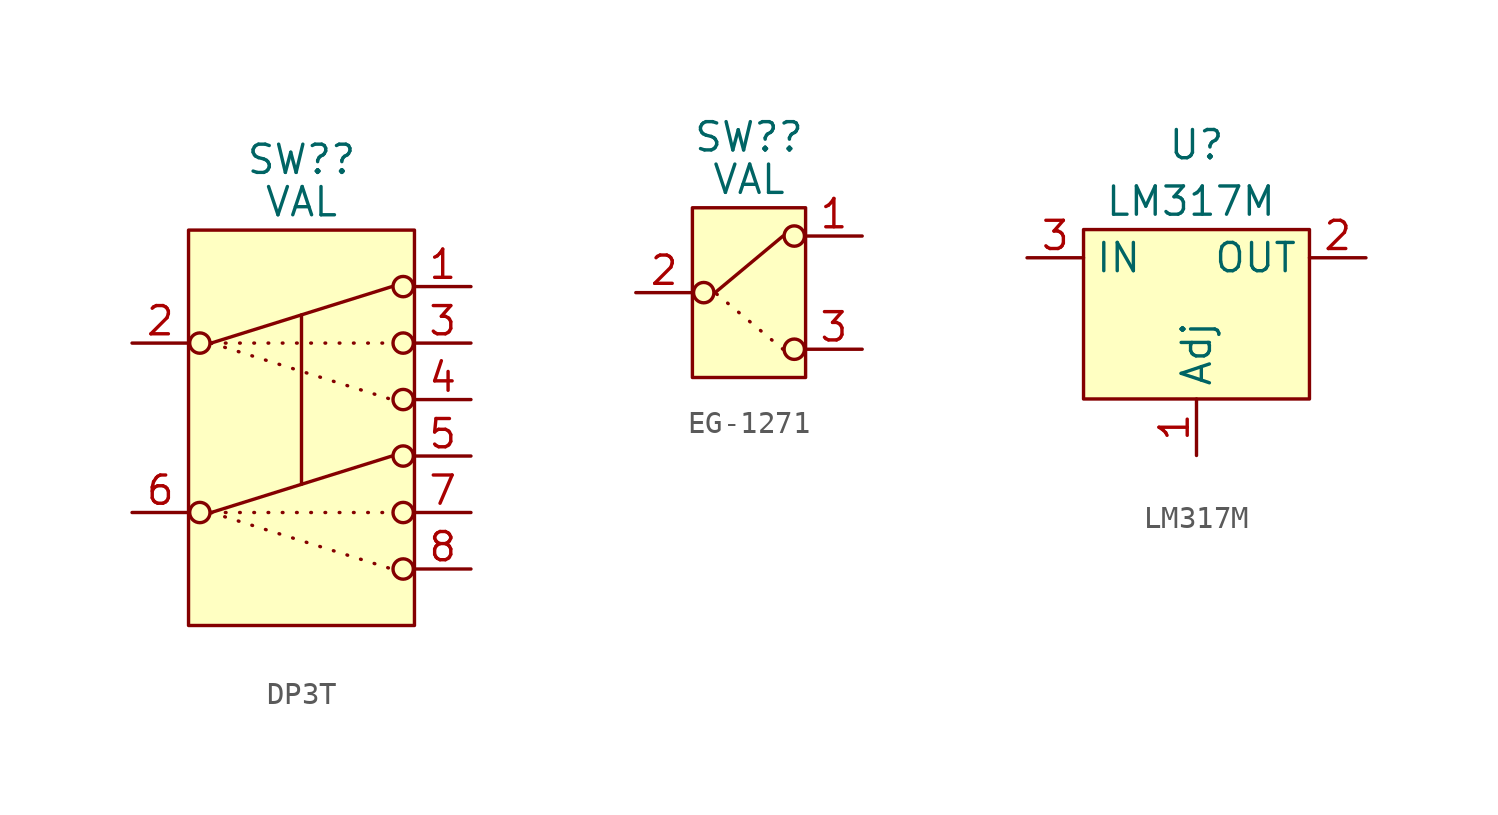
<source format=kicad_sym>
(kicad_symbol_lib
  (version 20231120)
  (generator "kicad_symbol_editor")
  (generator_version "8.0")
  (symbol "DP3T"
    (pin_names hide)
    (property "Reference" "SW?"
      (at 0 12.065 0)
      (do_not_autoplace)
      (effects (font (size 1.27 1.27))))
    (property "Value" "VAL"
      (at 0 10.16 0)
      (do_not_autoplace)
      (effects (font (size 1.27 1.27))))
    (symbol "DP3T_0_1"
      (circle (center -4.572 -3.81) (radius 0.457) (stroke (width 0) (type default)) (fill (type none)))
      (circle (center -4.572 3.81) (radius 0.457) (stroke (width 0) (type default)) (fill (type none)))
      (polyline (pts (xy -4.064 -3.81) (xy 4.064 -1.27)) (stroke (width 0) (type default)) (fill (type none)))
      (polyline (pts (xy -4.064 3.81) (xy 4.064 6.35)) (stroke (width 0) (type default)) (fill (type none)))
      (circle (center 4.572 -6.35) (radius 0.457) (stroke (width 0) (type default)) (fill (type none)))
      (circle (center 4.572 -3.81) (radius 0.457) (stroke (width 0) (type default)) (fill (type none)))
      (circle (center 4.572 -1.27) (radius 0.457) (stroke (width 0) (type default)) (fill (type none)))
      (circle (center 4.572 1.27) (radius 0.457) (stroke (width 0) (type default)) (fill (type none)))
      (circle (center 4.572 3.81) (radius 0.457) (stroke (width 0) (type default)) (fill (type none)))
      (circle (center 4.572 6.35) (radius 0.457) (stroke (width 0) (type default)) (fill (type none))))
    (symbol "DP3T_1_1"
      (rectangle (start -5.08 8.89) (end 5.08 -8.89) (stroke (width 0) (type default)) (fill (type background)))
      (polyline (pts (xy -4.064 -3.81) (xy 4.064 -6.35)) (stroke (width 0) (type dot)) (fill (type none)))
      (polyline (pts (xy -4.064 -3.81) (xy 4.064 -3.81)) (stroke (width 0) (type dot)) (fill (type none)))
      (polyline (pts (xy -4.064 3.81) (xy 4.064 1.27)) (stroke (width 0) (type dot)) (fill (type none)))
      (polyline (pts (xy -4.064 3.81) (xy 4.064 3.81)) (stroke (width 0) (type dot)) (fill (type none)))
      (polyline (pts (xy 0 -2.54) (xy 0 5.08)) (stroke (width 0) (type default)) (fill (type none)))
      (pin passive line (at 7.62 6.35 180) (length 2.54) (name "1" (effects (font (size 1.27 1.27)))) (number "1" (effects (font (size 1.27 1.27)))))
      (pin passive line (at -7.62 3.81 0) (length 2.54) (name "2" (effects (font (size 1.27 1.27)))) (number "2" (effects (font (size 1.27 1.27)))))
      (pin passive line (at 7.62 3.81 180) (length 2.54) (name "3" (effects (font (size 1.27 1.27)))) (number "3" (effects (font (size 1.27 1.27)))))
      (pin passive line (at 7.62 1.27 180) (length 2.54) (name "4" (effects (font (size 1.27 1.27)))) (number "4" (effects (font (size 1.27 1.27)))))
      (pin passive line (at 7.62 -1.27 180) (length 2.54) (name "5" (effects (font (size 1.27 1.27)))) (number "5" (effects (font (size 1.27 1.27)))))
      (pin passive line (at -7.62 -3.81 0) (length 2.54) (name "6" (effects (font (size 1.27 1.27)))) (number "6" (effects (font (size 1.27 1.27)))))
      (pin passive line (at 7.62 -3.81 180) (length 2.54) (name "7" (effects (font (size 1.27 1.27)))) (number "7" (effects (font (size 1.27 1.27)))))
      (pin passive line (at 7.62 -6.35 180) (length 2.54) (name "8" (effects (font (size 1.27 1.27)))) (number "8" (effects (font (size 1.27 1.27)))))))
  (symbol "EG-1271"
    (pin_names hide)
    (property "Reference" "SW?"
      (at 0 6.985 0)
      (do_not_autoplace)
      (effects (font (size 1.27 1.27))))
    (property "Value" "VAL"
      (at 0 5.08 0)
      (do_not_autoplace)
      (effects (font (size 1.27 1.27))))
    (symbol "EG-1271_0_1"
      (circle (center -2.032 0) (radius 0.457) (stroke (width 0) (type default)) (fill (type none)))
      (polyline (pts (xy -1.524 0) (xy -1.524 0)) (stroke (width 0) (type default)) (fill (type none)))
      (polyline (pts (xy -1.524 0) (xy 1.524 2.54)) (stroke (width 0) (type default)) (fill (type none)))
      (circle (center 2.032 -2.54) (radius 0.457) (stroke (width 0) (type default)) (fill (type none)))
      (circle (center 2.032 2.54) (radius 0.457) (stroke (width 0) (type default)) (fill (type none))))
    (symbol "EG-1271_1_1"
      (rectangle (start -2.54 3.81) (end 2.54 -3.81) (stroke (width 0) (type default)) (fill (type background)))
      (polyline (pts (xy 1.524 -2.54) (xy -1.524 0)) (stroke (width 0) (type dot)) (fill (type none)))
      (pin passive line (at 5.08 2.54 180) (length 2.54) (name "" (effects (font (size 1.27 1.27)))) (number "1" (effects (font (size 1.27 1.27)))))
      (pin passive line (at -5.08 0 0) (length 2.54) (name "" (effects (font (size 1.27 1.27)))) (number "2" (effects (font (size 1.27 1.27)))))
      (pin passive line (at 5.08 -2.54 180) (length 2.54) (name "" (effects (font (size 1.27 1.27)))) (number "3" (effects (font (size 1.27 1.27)))))
      (pin passive line (at 5.08 2.54 180) (length 2.54) hide (name "" (effects (font (size 1.27 1.27)))) (number "4" (effects (font (size 1.27 1.27)))))
      (pin passive line (at -5.08 0 0) (length 2.54) hide (name "" (effects (font (size 1.27 1.27)))) (number "5" (effects (font (size 1.27 1.27)))))
      (pin passive line (at 5.08 -2.54 180) (length 2.54) hide (name "" (effects (font (size 1.27 1.27)))) (number "6" (effects (font (size 1.27 1.27)))))))
  (symbol "LM317M"
    (property "Reference" "U"
      (at 0 7.62 0)
      (do_not_autoplace)
      (effects (font (size 1.27 1.27))))
    (property "Value" "LM317M"
      (at -0.254 5.08 0)
      (do_not_autoplace)
      (effects (font (size 1.27 1.27))))
    (symbol "LM317M_0_0"
      (pin input line (at 0 -6.35 90) (length 2.54) (name "Adj" (effects (font (size 1.27 1.27)))) (number "1" (effects (font (size 1.27 1.27)))))
      (pin power_out line (at 7.62 2.54 180) (length 2.54) (name "OUT" (effects (font (size 1.27 1.27)))) (number "2" (effects (font (size 1.27 1.27)))))
      (pin power_in line (at -7.62 2.54 0) (length 2.54) (name "IN" (effects (font (size 1.27 1.27)))) (number "3" (effects (font (size 1.27 1.27))))))
    (symbol "LM317M_1_0"
      (pin power_out line (at 7.62 2.54 180) (length 2.54) hide (name "OUT" (effects (font (size 1.27 1.27)))) (number "4" (effects (font (size 1.27 1.27))))))
    (symbol "LM317M_1_1"
      (rectangle (start -5.08 3.81) (end 5.08 -3.81) (stroke (width 0) (type default)) (fill (type background))))))
</source>
